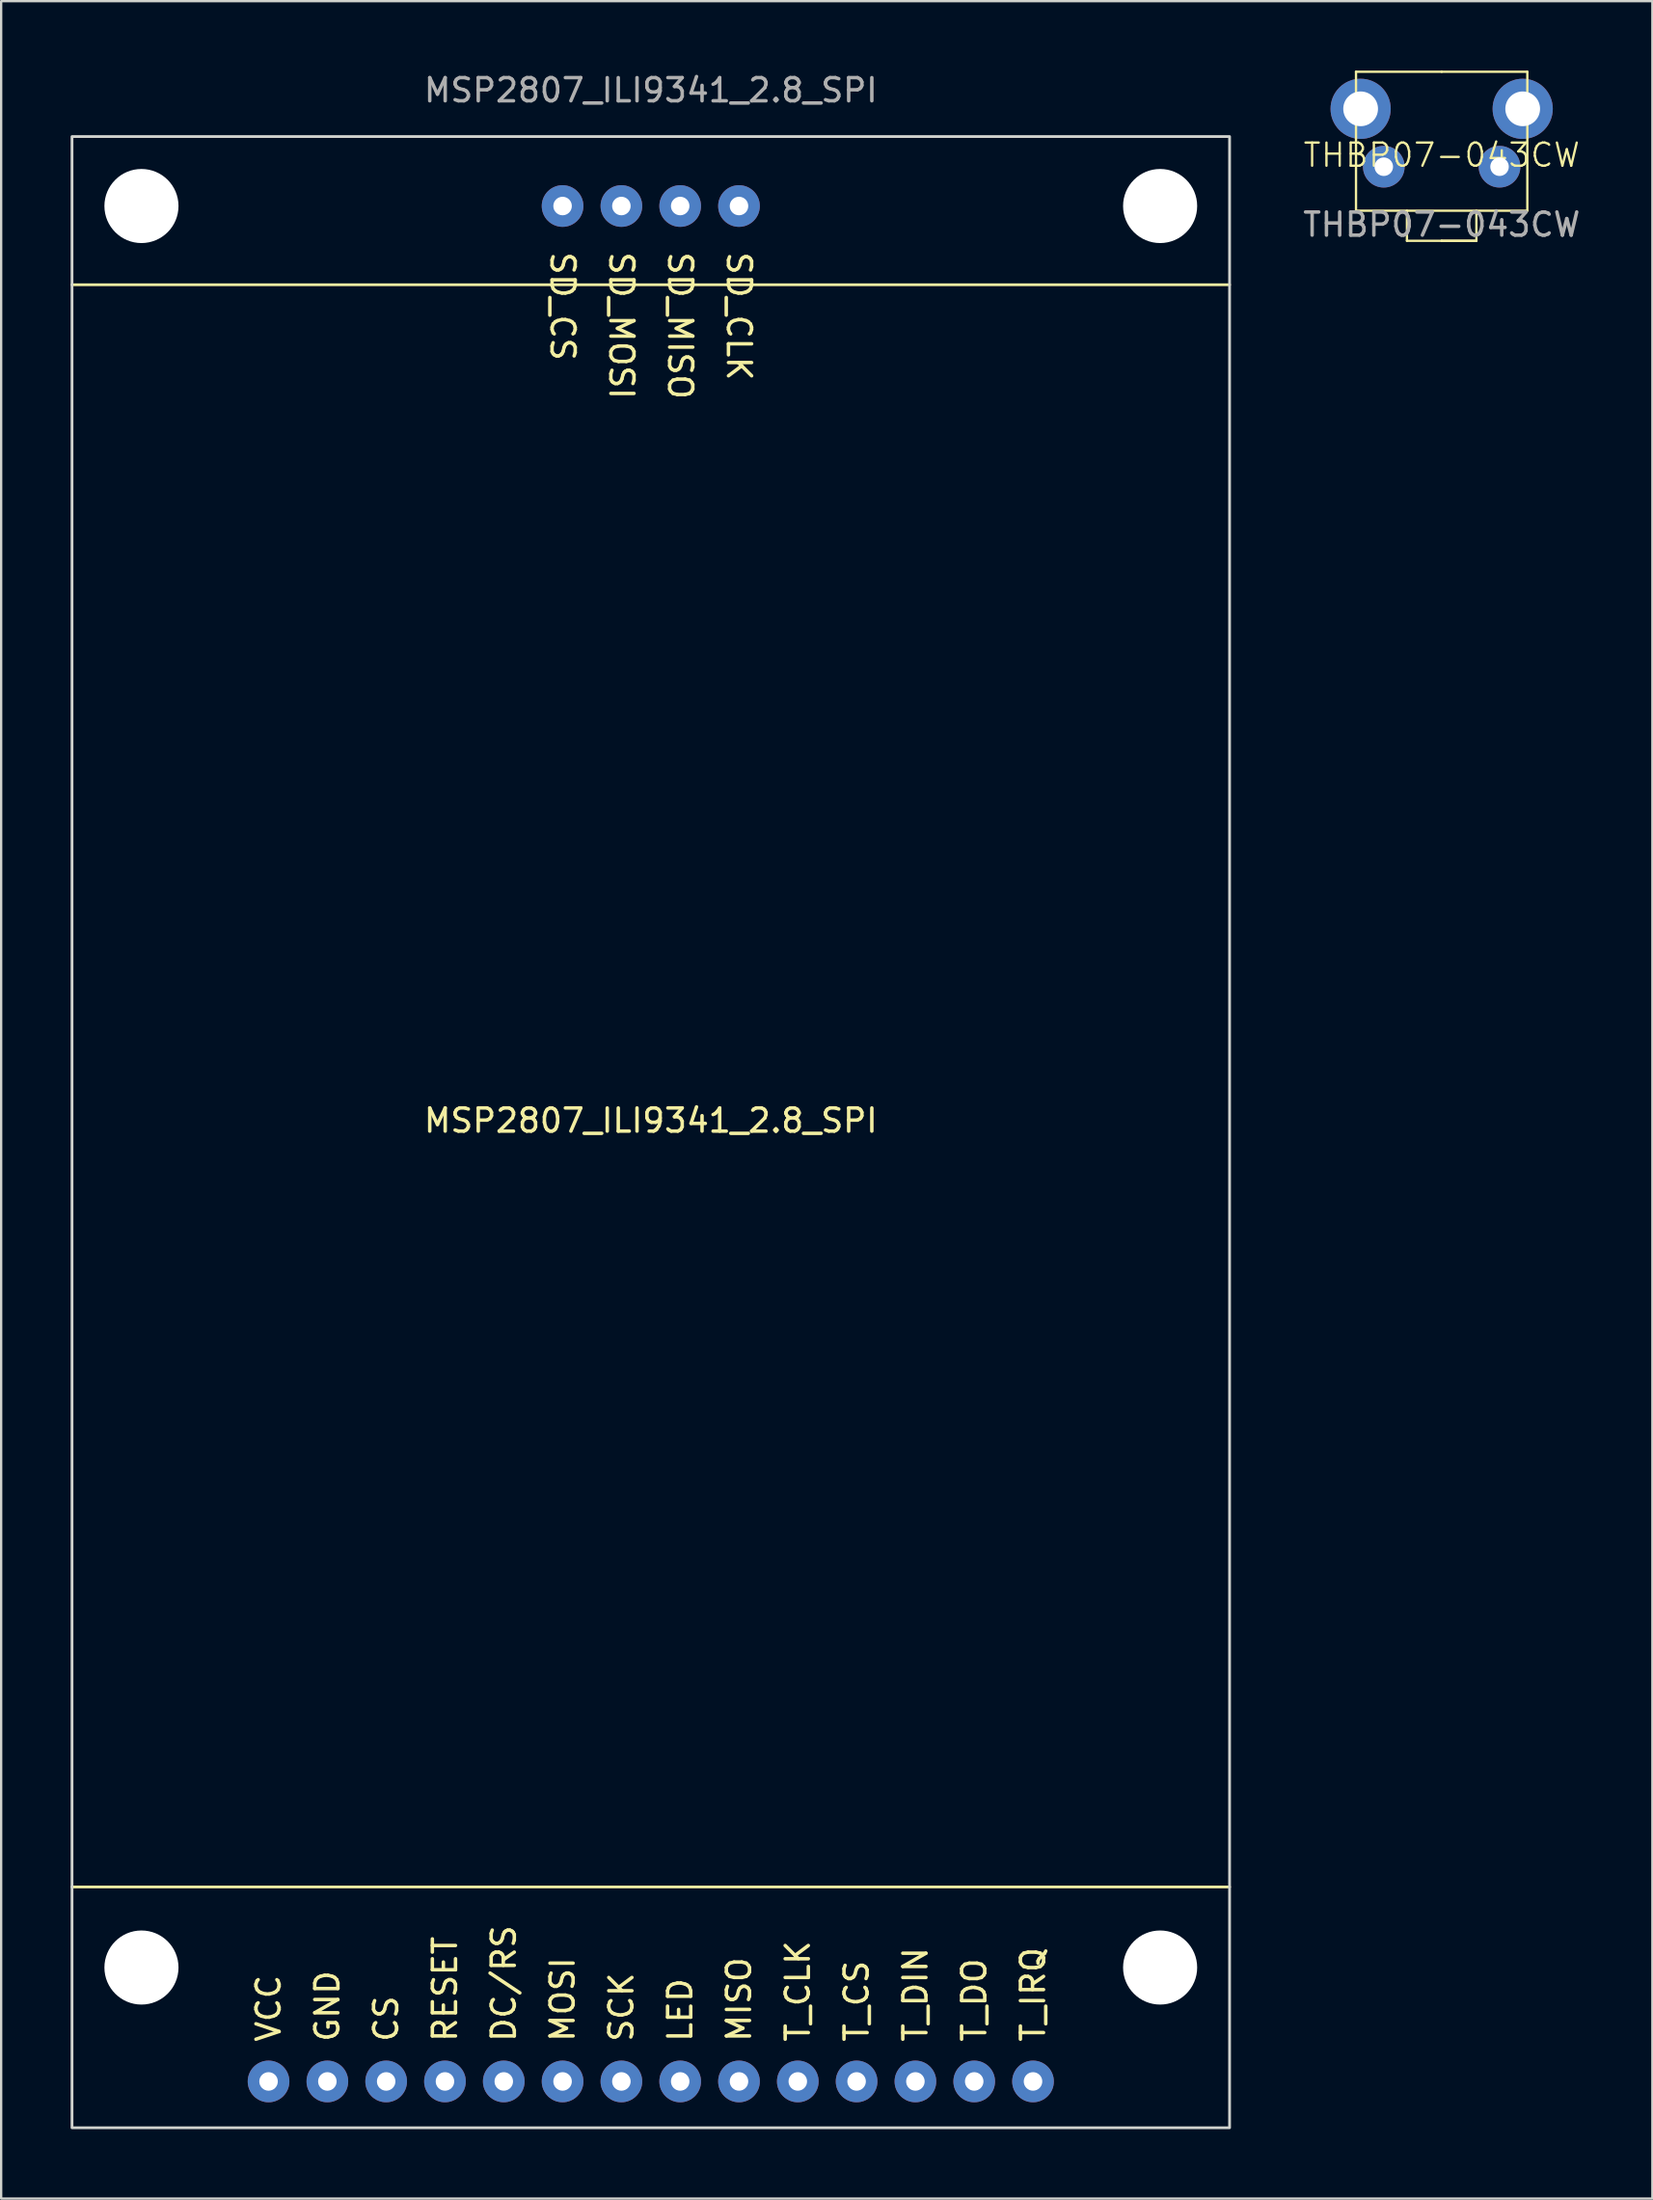
<source format=kicad_pcb>
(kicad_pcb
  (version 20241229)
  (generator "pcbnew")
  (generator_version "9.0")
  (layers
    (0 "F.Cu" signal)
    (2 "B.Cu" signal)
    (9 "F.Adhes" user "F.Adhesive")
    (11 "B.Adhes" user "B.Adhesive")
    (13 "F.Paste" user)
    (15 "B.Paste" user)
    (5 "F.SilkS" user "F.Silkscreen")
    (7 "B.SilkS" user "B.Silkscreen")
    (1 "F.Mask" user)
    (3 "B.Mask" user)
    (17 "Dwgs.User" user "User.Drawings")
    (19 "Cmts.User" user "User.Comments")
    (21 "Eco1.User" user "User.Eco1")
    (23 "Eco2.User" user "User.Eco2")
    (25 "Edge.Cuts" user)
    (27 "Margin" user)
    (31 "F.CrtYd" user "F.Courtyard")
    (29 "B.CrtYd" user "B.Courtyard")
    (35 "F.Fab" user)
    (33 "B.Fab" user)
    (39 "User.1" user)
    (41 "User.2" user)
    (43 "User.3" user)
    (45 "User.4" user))
  (footprint "THBP07-043CW"
    (layer "F.Cu")
    (at 59.221 4.15)
    (property "Reference" "THBP07-043CW" (at 0 -0.5 0) (unlocked yes) (layer "F.SilkS") (effects (font (size 1 1) (thickness 0.1))))
    (attr through_hole)
    (fp_line (start -3.7 -4.1) (end 0 -4.1) (stroke (width 0.1) (type default)) (layer "F.SilkS"))
    (fp_line (start -3.7 1.9) (end -3.7 -4.1) (stroke (width 0.1) (type default)) (layer "F.SilkS"))
    (fp_line (start -1.5 3.2) (end -1.5 1.9) (stroke (width 0.1) (type default)) (layer "F.SilkS"))
    (fp_line (start 0 -4.1) (end 3.7 -4.1) (stroke (width 0.1) (type default)) (layer "F.SilkS"))
    (fp_line (start 0 3.2) (end -1.5 3.2) (stroke (width 0.1) (type default)) (layer "F.SilkS"))
    (fp_line (start 0 3.2) (end 1.5 3.2) (stroke (width 0.1) (type default)) (layer "F.SilkS"))
    (fp_line (start 1.5 3.2) (end 0 3.2) (stroke (width 0.1) (type default)) (layer "F.SilkS"))
    (fp_line (start 1.5 3.2) (end 1.5 1.9) (stroke (width 0.1) (type default)) (layer "F.SilkS"))
    (fp_line (start 3.7 -4.1) (end 3.7 1.9) (stroke (width 0.1) (type default)) (layer "F.SilkS"))
    (fp_line (start 3.7 1.9) (end -3.7 1.9) (stroke (width 0.1) (type default)) (layer "F.SilkS"))
    (fp_text user "${REFERENCE}" (at 0 2.5 0) (unlocked yes) (layer "F.Fab") (effects (font (size 1 1) (thickness 0.15))))
    (pad "1" thru_hole circle (at -2.5 0) (size 1.8 1.8) (drill 0.8) (layers "*.Cu" "*.Mask"))
    (pad "2" thru_hole circle (at 2.5 0) (size 1.8 1.8) (drill 0.8) (layers "*.Cu" "*.Mask"))
    (pad "3" thru_hole circle (at 3.5 -2.5) (size 2.6 2.6) (drill 1.5) (layers "*.Cu" "*.Mask"))
    (pad "4" thru_hole circle (at -3.5 -2.5) (size 2.6 2.6) (drill 1.5) (layers "*.Cu" "*.Mask")))
  (footprint "MSP2807_ILI9341_2.8_SPI"
    (layer "F.Cu")
    (at 25.06 45.848)
    (property "Reference" "MSP2807_ILI9341_2.8_SPI" (at 0 -0.5 0) (unlocked yes) (layer "F.SilkS") (effects (font (size 1 1) (thickness 0.15))))
    (attr through_hole)
    (fp_line (start -25 -36.6) (end 25 -36.6) (stroke (width 0.12) (type solid)) (layer "F.SilkS"))
    (fp_line (start -25 32.6) (end 25 32.6) (stroke (width 0.12) (type solid)) (layer "F.SilkS"))
    (fp_rect (start -25 -43) (end 25 43) (stroke (width 0.12) (type solid)) (fill no) (layer "Edge.Cuts"))
    (fp_text user "SD_CS" (at -3.81 -38.1 270) (unlocked yes) (layer "F.SilkS") (effects (font (size 1 1) (thickness 0.15)) (justify left)))
    (fp_text user "DC/RS" (at -6.35 39.37 90) (unlocked yes) (layer "F.SilkS") (effects (font (size 1 1) (thickness 0.15)) (justify left)))
    (fp_text user "RESET" (at -8.89 39.37 90) (unlocked yes) (layer "F.SilkS") (effects (font (size 1 1) (thickness 0.15)) (justify left)))
    (fp_text user "SD_MOSI" (at -1.27 -38.1 270) (unlocked yes) (layer "F.SilkS") (effects (font (size 1 1) (thickness 0.15)) (justify left)))
    (fp_text user "LED" (at 1.27 39.37 90) (unlocked yes) (layer "F.SilkS") (effects (font (size 1 1) (thickness 0.15)) (justify left)))
    (fp_text user "T_IRQ" (at 16.51 39.37 90) (unlocked yes) (layer "F.SilkS") (effects (font (size 1 1) (thickness 0.15)) (justify left)))
    (fp_text user "GND" (at -13.97 39.37 90) (unlocked yes) (layer "F.SilkS") (effects (font (size 1 1) (thickness 0.15)) (justify left)))
    (fp_text user "T_CS" (at 8.89 39.37 90) (unlocked yes) (layer "F.SilkS") (effects (font (size 1 1) (thickness 0.15)) (justify left)))
    (fp_text user "T_CLK" (at 6.35 39.37 90) (unlocked yes) (layer "F.SilkS") (effects (font (size 1 1) (thickness 0.15)) (justify left)))
    (fp_text user "T_DIN" (at 11.43 39.37 90) (unlocked yes) (layer "F.SilkS") (effects (font (size 1 1) (thickness 0.15)) (justify left)))
    (fp_text user "SD_CLK" (at 3.81 -38.1 270) (unlocked yes) (layer "F.SilkS") (effects (font (size 1 1) (thickness 0.15)) (justify left)))
    (fp_text user "SCK" (at -1.27 39.37 90) (unlocked yes) (layer "F.SilkS") (effects (font (size 1 1) (thickness 0.15)) (justify left)))
    (fp_text user "VCC" (at -16.51 39.37 90) (unlocked yes) (layer "F.SilkS") (effects (font (size 1 1) (thickness 0.15)) (justify left)))
    (fp_text user "MISO" (at 3.81 39.37 90) (unlocked yes) (layer "F.SilkS") (effects (font (size 1 1) (thickness 0.15)) (justify left)))
    (fp_text user "MOSI" (at -3.81 39.37 90) (unlocked yes) (layer "F.SilkS") (effects (font (size 1 1) (thickness 0.15)) (justify left)))
    (fp_text user "T_DO" (at 13.97 39.37 90) (unlocked yes) (layer "F.SilkS") (effects (font (size 1 1) (thickness 0.15)) (justify left)))
    (fp_text user "SD_MISO" (at 1.27 -38.1 270) (unlocked yes) (layer "F.SilkS") (effects (font (size 1 1) (thickness 0.15)) (justify left)))
    (fp_text user "CS" (at -11.43 39.37 90) (unlocked yes) (layer "F.SilkS") (effects (font (size 1 1) (thickness 0.15)) (justify left)))
    (fp_text user "${REFERENCE}" (at 0 -45 0) (unlocked yes) (layer "F.Fab") (effects (font (size 1 1) (thickness 0.15))))
    (pad "" np_thru_hole circle (at -22 -40) (size 3.2 3.2) (drill 3.2) (layers "*.Cu" "*.Mask"))
    (pad "" np_thru_hole circle (at -22 36.08) (size 3.2 3.2) (drill 3.2) (layers "*.Cu" "*.Mask"))
    (pad "" np_thru_hole circle (at 22 -40) (size 3.2 3.2) (drill 3.2) (layers "*.Cu" "*.Mask"))
    (pad "" np_thru_hole circle (at 22 36.08) (size 3.2 3.2) (drill 3.2) (layers "*.Cu" "*.Mask"))
    (pad "1" thru_hole circle (at -16.51 41) (size 1.8 1.8) (drill 0.8) (layers "*.Cu" "*.Mask"))
    (pad "2" thru_hole circle (at -13.97 41) (size 1.8 1.8) (drill 0.8) (layers "*.Cu" "*.Mask"))
    (pad "3" thru_hole circle (at -11.43 41) (size 1.8 1.8) (drill 0.8) (layers "*.Cu" "*.Mask"))
    (pad "4" thru_hole circle (at -8.89 41) (size 1.8 1.8) (drill 0.8) (layers "*.Cu" "*.Mask"))
    (pad "5" thru_hole circle (at -6.35 41) (size 1.8 1.8) (drill 0.8) (layers "*.Cu" "*.Mask"))
    (pad "6" thru_hole circle (at -3.81 41) (size 1.8 1.8) (drill 0.8) (layers "*.Cu" "*.Mask"))
    (pad "7" thru_hole circle (at -1.27 41) (size 1.8 1.8) (drill 0.8) (layers "*.Cu" "*.Mask"))
    (pad "8" thru_hole circle (at 1.27 41) (size 1.8 1.8) (drill 0.8) (layers "*.Cu" "*.Mask"))
    (pad "9" thru_hole circle (at 3.81 41) (size 1.8 1.8) (drill 0.8) (layers "*.Cu" "*.Mask"))
    (pad "10" thru_hole circle (at 6.35 41) (size 1.8 1.8) (drill 0.8) (layers "*.Cu" "*.Mask"))
    (pad "11" thru_hole circle (at 8.89 41) (size 1.8 1.8) (drill 0.8) (layers "*.Cu" "*.Mask"))
    (pad "12" thru_hole circle (at 11.43 41) (size 1.8 1.8) (drill 0.8) (layers "*.Cu" "*.Mask"))
    (pad "13" thru_hole circle (at 13.97 41) (size 1.8 1.8) (drill 0.8) (layers "*.Cu" "*.Mask"))
    (pad "14" thru_hole circle (at 16.51 41) (size 1.8 1.8) (drill 0.8) (layers "*.Cu" "*.Mask"))
    (pad "15" thru_hole circle (at -3.81 -40) (size 1.8 1.8) (drill 0.8) (layers "*.Cu" "*.Mask"))
    (pad "16" thru_hole circle (at -1.27 -40) (size 1.8 1.8) (drill 0.8) (layers "*.Cu" "*.Mask"))
    (pad "17" thru_hole circle (at 1.27 -40) (size 1.8 1.8) (drill 0.8) (layers "*.Cu" "*.Mask"))
    (pad "18" thru_hole circle (at 3.81 -40) (size 1.8 1.8) (drill 0.8) (layers "*.Cu" "*.Mask")))
  (gr_rect
    (start -3 -3)
    (end 68.322 91.908)
    (stroke (width 0.1) (type default))
    (fill no)
    (layer "Edge.Cuts")))
</source>
